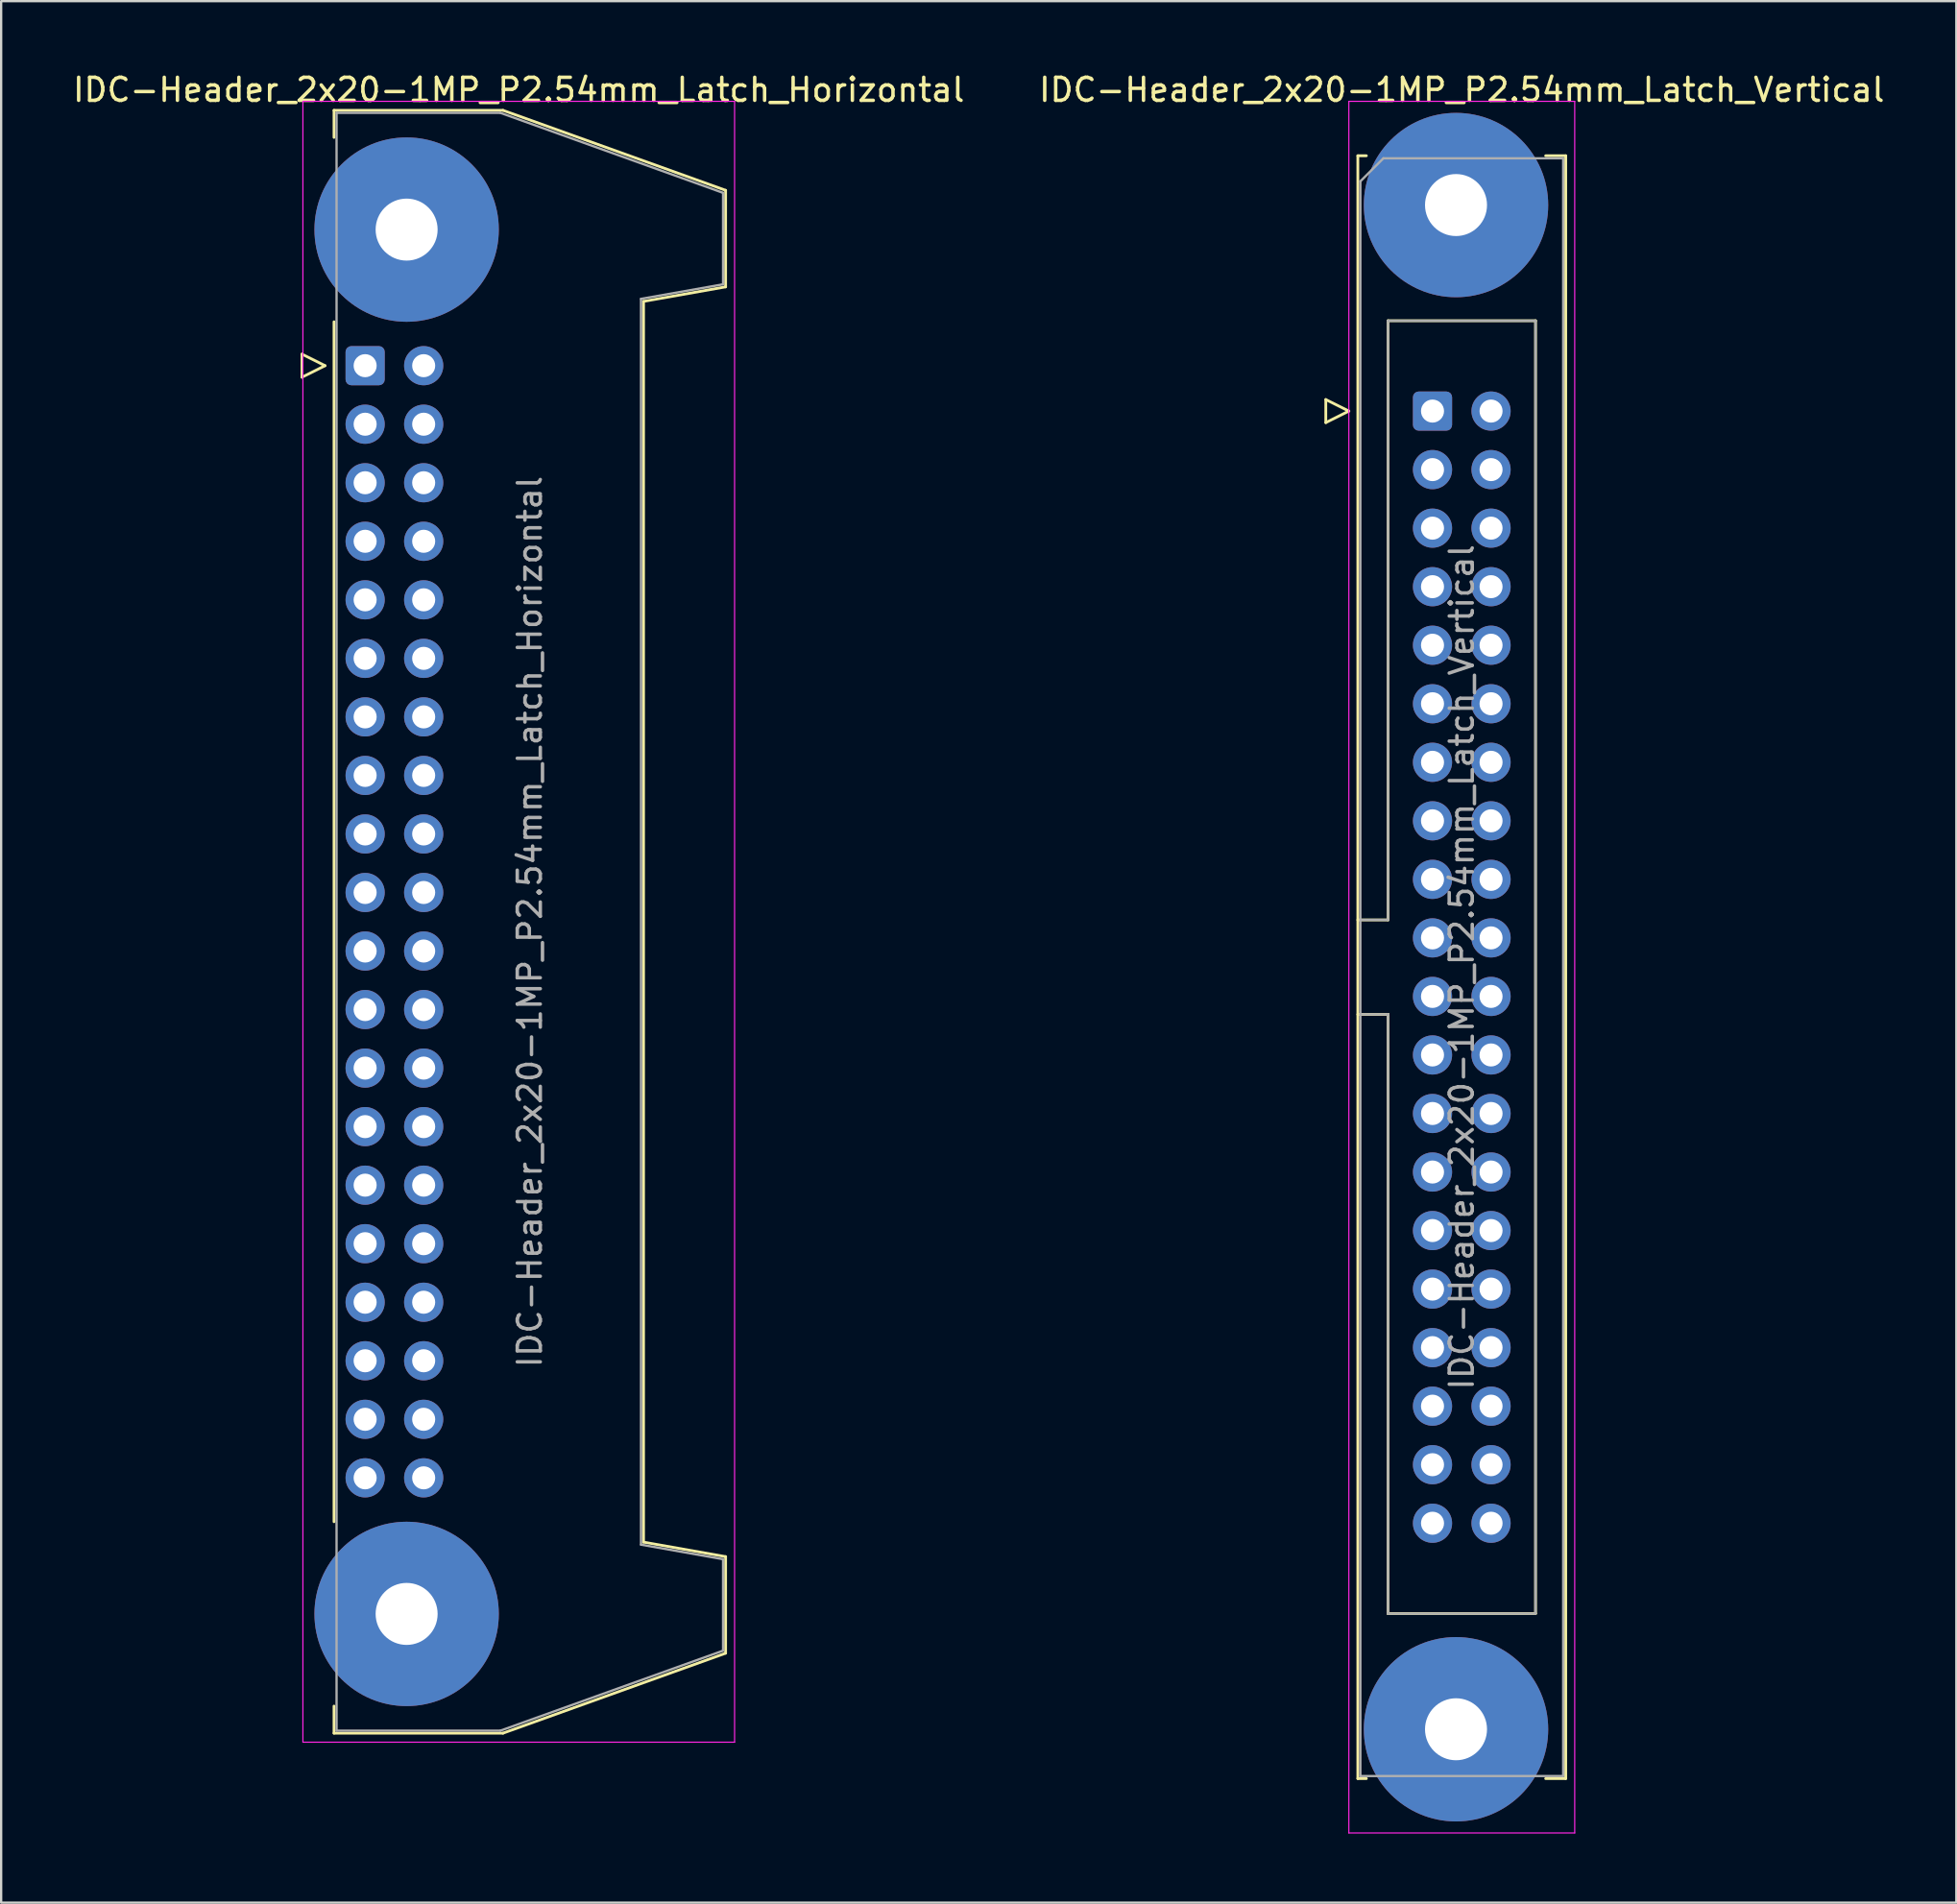
<source format=kicad_pcb>
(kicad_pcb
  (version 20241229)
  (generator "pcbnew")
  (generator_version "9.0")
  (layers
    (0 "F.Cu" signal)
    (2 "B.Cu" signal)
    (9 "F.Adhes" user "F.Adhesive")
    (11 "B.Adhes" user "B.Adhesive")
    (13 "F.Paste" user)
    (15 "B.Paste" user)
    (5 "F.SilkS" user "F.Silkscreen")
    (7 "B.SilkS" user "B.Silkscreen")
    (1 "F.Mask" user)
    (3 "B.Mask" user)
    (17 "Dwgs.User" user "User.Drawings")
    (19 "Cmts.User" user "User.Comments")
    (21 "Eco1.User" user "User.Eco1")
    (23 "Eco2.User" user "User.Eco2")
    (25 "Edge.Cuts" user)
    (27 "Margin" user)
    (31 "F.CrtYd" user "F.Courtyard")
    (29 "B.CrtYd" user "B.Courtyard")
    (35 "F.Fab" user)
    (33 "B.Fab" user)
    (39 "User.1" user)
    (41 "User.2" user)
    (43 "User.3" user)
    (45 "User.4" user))
  (footprint "IDC-Header_2x20-1MP_P2.54mm_Latch_Horizontal"
    (layer "F.Cu")
    (at 12.793 12.818)
    (property "Reference" "IDC-Header_2x20-1MP_P2.54mm_Latch_Horizontal" (at 6.665 -11.97 0) (layer "F.SilkS") (effects (font (size 1 1) (thickness 0.15))))
    (attr through_hole)
    (fp_line (start -2.74 -0.5) (end -2.74 0.5) (stroke (width 0.12) (type solid)) (layer "F.SilkS"))
    (fp_line (start -2.74 0.5) (end -1.74 0) (stroke (width 0.12) (type solid)) (layer "F.SilkS"))
    (fp_line (start -1.74 0) (end -2.74 -0.5) (stroke (width 0.12) (type solid)) (layer "F.SilkS"))
    (fp_line (start -1.35 -11.08) (end -1.35 -9.905) (stroke (width 0.12) (type solid)) (layer "F.SilkS"))
    (fp_line (start -1.35 -11.08) (end 5.98 -11.08) (stroke (width 0.12) (type solid)) (layer "F.SilkS"))
    (fp_line (start -1.35 -1.905) (end -1.35 50.165) (stroke (width 0.12) (type solid)) (layer "F.SilkS"))
    (fp_line (start -1.35 58.165) (end -1.35 59.34) (stroke (width 0.12) (type solid)) (layer "F.SilkS"))
    (fp_line (start 5.98 -11.08) (end 15.64 -7.61) (stroke (width 0.12) (type solid)) (layer "F.SilkS"))
    (fp_line (start 5.98 59.34) (end -1.35 59.34) (stroke (width 0.12) (type solid)) (layer "F.SilkS"))
    (fp_line (start 12.08 -2.79) (end 12.08 51.05) (stroke (width 0.12) (type solid)) (layer "F.SilkS"))
    (fp_line (start 12.08 51.05) (end 15.64 51.68) (stroke (width 0.12) (type solid)) (layer "F.SilkS"))
    (fp_line (start 15.64 -7.61) (end 15.64 -3.42) (stroke (width 0.12) (type solid)) (layer "F.SilkS"))
    (fp_line (start 15.64 -3.42) (end 12.08 -2.79) (stroke (width 0.12) (type solid)) (layer "F.SilkS"))
    (fp_line (start 15.64 51.68) (end 15.64 55.87) (stroke (width 0.12) (type solid)) (layer "F.SilkS"))
    (fp_line (start 15.64 55.87) (end 5.98 59.34) (stroke (width 0.12) (type solid)) (layer "F.SilkS"))
    (fp_line (start -2.7 -11.47) (end -2.7 59.73) (stroke (width 0.05) (type solid)) (layer "F.CrtYd"))
    (fp_line (start -2.7 59.73) (end 16.03 59.73) (stroke (width 0.05) (type solid)) (layer "F.CrtYd"))
    (fp_line (start 16.03 -11.47) (end -2.7 -11.47) (stroke (width 0.05) (type solid)) (layer "F.CrtYd"))
    (fp_line (start 16.03 59.73) (end 16.03 -11.47) (stroke (width 0.05) (type solid)) (layer "F.CrtYd"))
    (fp_line (start -1.24 -10.97) (end 5.87 -10.97) (stroke (width 0.1) (type solid)) (layer "F.Fab"))
    (fp_line (start -1.24 59.23) (end -1.24 -10.97) (stroke (width 0.1) (type solid)) (layer "F.Fab"))
    (fp_line (start 5.87 -10.97) (end 15.53 -7.5) (stroke (width 0.1) (type solid)) (layer "F.Fab"))
    (fp_line (start 5.87 59.23) (end -1.24 59.23) (stroke (width 0.1) (type solid)) (layer "F.Fab"))
    (fp_line (start 11.97 -2.9) (end 11.97 51.16) (stroke (width 0.1) (type solid)) (layer "F.Fab"))
    (fp_line (start 11.97 51.16) (end 15.53 51.79) (stroke (width 0.1) (type solid)) (layer "F.Fab"))
    (fp_line (start 15.53 -7.5) (end 15.53 -3.53) (stroke (width 0.1) (type solid)) (layer "F.Fab"))
    (fp_line (start 15.53 -3.53) (end 11.97 -2.9) (stroke (width 0.1) (type solid)) (layer "F.Fab"))
    (fp_line (start 15.53 51.79) (end 15.53 55.76) (stroke (width 0.1) (type solid)) (layer "F.Fab"))
    (fp_line (start 15.53 55.76) (end 5.87 59.23) (stroke (width 0.1) (type solid)) (layer "F.Fab"))
    (fp_text user "${REFERENCE}" (at 7.145 24.13 90) (layer "F.Fab") (effects (font (size 1 1) (thickness 0.15))))
    (pad "1" thru_hole roundrect (at 0 0) (size 1.7 1.7) (drill 1) (layers "*.Cu" "*.Mask") (roundrect_rratio 0.147))
    (pad "2" thru_hole circle (at 2.54 0) (size 1.7 1.7) (drill 1) (layers "*.Cu" "*.Mask"))
    (pad "3" thru_hole circle (at 0 2.54) (size 1.7 1.7) (drill 1) (layers "*.Cu" "*.Mask"))
    (pad "4" thru_hole circle (at 2.54 2.54) (size 1.7 1.7) (drill 1) (layers "*.Cu" "*.Mask"))
    (pad "5" thru_hole circle (at 0 5.08) (size 1.7 1.7) (drill 1) (layers "*.Cu" "*.Mask"))
    (pad "6" thru_hole circle (at 2.54 5.08) (size 1.7 1.7) (drill 1) (layers "*.Cu" "*.Mask"))
    (pad "7" thru_hole circle (at 0 7.62) (size 1.7 1.7) (drill 1) (layers "*.Cu" "*.Mask"))
    (pad "8" thru_hole circle (at 2.54 7.62) (size 1.7 1.7) (drill 1) (layers "*.Cu" "*.Mask"))
    (pad "9" thru_hole circle (at 0 10.16) (size 1.7 1.7) (drill 1) (layers "*.Cu" "*.Mask"))
    (pad "10" thru_hole circle (at 2.54 10.16) (size 1.7 1.7) (drill 1) (layers "*.Cu" "*.Mask"))
    (pad "11" thru_hole circle (at 0 12.7) (size 1.7 1.7) (drill 1) (layers "*.Cu" "*.Mask"))
    (pad "12" thru_hole circle (at 2.54 12.7) (size 1.7 1.7) (drill 1) (layers "*.Cu" "*.Mask"))
    (pad "13" thru_hole circle (at 0 15.24) (size 1.7 1.7) (drill 1) (layers "*.Cu" "*.Mask"))
    (pad "14" thru_hole circle (at 2.54 15.24) (size 1.7 1.7) (drill 1) (layers "*.Cu" "*.Mask"))
    (pad "15" thru_hole circle (at 0 17.78) (size 1.7 1.7) (drill 1) (layers "*.Cu" "*.Mask"))
    (pad "16" thru_hole circle (at 2.54 17.78) (size 1.7 1.7) (drill 1) (layers "*.Cu" "*.Mask"))
    (pad "17" thru_hole circle (at 0 20.32) (size 1.7 1.7) (drill 1) (layers "*.Cu" "*.Mask"))
    (pad "18" thru_hole circle (at 2.54 20.32) (size 1.7 1.7) (drill 1) (layers "*.Cu" "*.Mask"))
    (pad "19" thru_hole circle (at 0 22.86) (size 1.7 1.7) (drill 1) (layers "*.Cu" "*.Mask"))
    (pad "20" thru_hole circle (at 2.54 22.86) (size 1.7 1.7) (drill 1) (layers "*.Cu" "*.Mask"))
    (pad "21" thru_hole circle (at 0 25.4) (size 1.7 1.7) (drill 1) (layers "*.Cu" "*.Mask"))
    (pad "22" thru_hole circle (at 2.54 25.4) (size 1.7 1.7) (drill 1) (layers "*.Cu" "*.Mask"))
    (pad "23" thru_hole circle (at 0 27.94) (size 1.7 1.7) (drill 1) (layers "*.Cu" "*.Mask"))
    (pad "24" thru_hole circle (at 2.54 27.94) (size 1.7 1.7) (drill 1) (layers "*.Cu" "*.Mask"))
    (pad "25" thru_hole circle (at 0 30.48) (size 1.7 1.7) (drill 1) (layers "*.Cu" "*.Mask"))
    (pad "26" thru_hole circle (at 2.54 30.48) (size 1.7 1.7) (drill 1) (layers "*.Cu" "*.Mask"))
    (pad "27" thru_hole circle (at 0 33.02) (size 1.7 1.7) (drill 1) (layers "*.Cu" "*.Mask"))
    (pad "28" thru_hole circle (at 2.54 33.02) (size 1.7 1.7) (drill 1) (layers "*.Cu" "*.Mask"))
    (pad "29" thru_hole circle (at 0 35.56) (size 1.7 1.7) (drill 1) (layers "*.Cu" "*.Mask"))
    (pad "30" thru_hole circle (at 2.54 35.56) (size 1.7 1.7) (drill 1) (layers "*.Cu" "*.Mask"))
    (pad "31" thru_hole circle (at 0 38.1) (size 1.7 1.7) (drill 1) (layers "*.Cu" "*.Mask"))
    (pad "32" thru_hole circle (at 2.54 38.1) (size 1.7 1.7) (drill 1) (layers "*.Cu" "*.Mask"))
    (pad "33" thru_hole circle (at 0 40.64) (size 1.7 1.7) (drill 1) (layers "*.Cu" "*.Mask"))
    (pad "34" thru_hole circle (at 2.54 40.64) (size 1.7 1.7) (drill 1) (layers "*.Cu" "*.Mask"))
    (pad "35" thru_hole circle (at 0 43.18) (size 1.7 1.7) (drill 1) (layers "*.Cu" "*.Mask"))
    (pad "36" thru_hole circle (at 2.54 43.18) (size 1.7 1.7) (drill 1) (layers "*.Cu" "*.Mask"))
    (pad "37" thru_hole circle (at 0 45.72) (size 1.7 1.7) (drill 1) (layers "*.Cu" "*.Mask"))
    (pad "38" thru_hole circle (at 2.54 45.72) (size 1.7 1.7) (drill 1) (layers "*.Cu" "*.Mask"))
    (pad "39" thru_hole circle (at 0 48.26) (size 1.7 1.7) (drill 1) (layers "*.Cu" "*.Mask"))
    (pad "40" thru_hole circle (at 2.54 48.26) (size 1.7 1.7) (drill 1) (layers "*.Cu" "*.Mask"))
    (pad "MP" thru_hole circle (at 1.8 -5.905) (size 8 8) (drill 2.69) (layers "*.Cu" "*.Mask"))
    (pad "MP" thru_hole circle (at 1.8 54.165) (size 8 8) (drill 2.69) (layers "*.Cu" "*.Mask")))
  (footprint "IDC-Header_2x20-1MP_P2.54mm_Latch_Vertical"
    (layer "F.Cu")
    (at 59.105 14.788)
    (property "Reference" "IDC-Header_2x20-1MP_P2.54mm_Latch_Vertical" (at 1.27 -13.94 0) (layer "F.SilkS") (effects (font (size 1 1) (thickness 0.15))))
    (attr through_hole)
    (fp_line (start -4.63 -0.5) (end -4.63 0.5) (stroke (width 0.12) (type solid)) (layer "F.SilkS"))
    (fp_line (start -4.63 0.5) (end -3.63 0) (stroke (width 0.12) (type solid)) (layer "F.SilkS"))
    (fp_line (start -3.63 0) (end -4.63 -0.5) (stroke (width 0.12) (type solid)) (layer "F.SilkS"))
    (fp_line (start -3.24 -11.08) (end -3.24 59.34) (stroke (width 0.12) (type solid)) (layer "F.SilkS"))
    (fp_line (start -3.24 22.08) (end -1.93 22.08) (stroke (width 0.12) (type solid)) (layer "F.SilkS"))
    (fp_line (start -3.24 59.34) (end -2.87 59.34) (stroke (width 0.12) (type solid)) (layer "F.SilkS"))
    (fp_line (start -2.87 -11.08) (end -3.24 -11.08) (stroke (width 0.12) (type solid)) (layer "F.SilkS"))
    (fp_line (start -1.93 -3.92) (end 4.47 -3.92) (stroke (width 0.12) (type solid)) (layer "F.SilkS"))
    (fp_line (start -1.93 22.08) (end -1.93 -3.92) (stroke (width 0.12) (type solid)) (layer "F.SilkS"))
    (fp_line (start -1.93 26.18) (end -3.24 26.18) (stroke (width 0.12) (type solid)) (layer "F.SilkS"))
    (fp_line (start -1.93 26.18) (end -1.93 26.18) (stroke (width 0.12) (type solid)) (layer "F.SilkS"))
    (fp_line (start -1.93 52.18) (end -1.93 26.18) (stroke (width 0.12) (type solid)) (layer "F.SilkS"))
    (fp_line (start 4.47 -3.92) (end 4.47 52.18) (stroke (width 0.12) (type solid)) (layer "F.SilkS"))
    (fp_line (start 4.47 52.18) (end -1.93 52.18) (stroke (width 0.12) (type solid)) (layer "F.SilkS"))
    (fp_line (start 4.91 -11.08) (end 5.78 -11.08) (stroke (width 0.12) (type solid)) (layer "F.SilkS"))
    (fp_line (start 5.78 -11.08) (end 5.78 59.34) (stroke (width 0.12) (type solid)) (layer "F.SilkS"))
    (fp_line (start 5.78 59.34) (end 4.91 59.34) (stroke (width 0.12) (type solid)) (layer "F.SilkS"))
    (fp_line (start -3.63 -13.44) (end -3.63 61.7) (stroke (width 0.05) (type solid)) (layer "F.CrtYd"))
    (fp_line (start -3.63 61.7) (end 6.17 61.7) (stroke (width 0.05) (type solid)) (layer "F.CrtYd"))
    (fp_line (start 6.17 -13.44) (end -3.63 -13.44) (stroke (width 0.05) (type solid)) (layer "F.CrtYd"))
    (fp_line (start 6.17 61.7) (end 6.17 -13.44) (stroke (width 0.05) (type solid)) (layer "F.CrtYd"))
    (fp_line (start -3.13 -9.97) (end -2.13 -10.97) (stroke (width 0.1) (type solid)) (layer "F.Fab"))
    (fp_line (start -3.13 22.08) (end -1.93 22.08) (stroke (width 0.1) (type solid)) (layer "F.Fab"))
    (fp_line (start -3.13 59.23) (end -3.13 -9.97) (stroke (width 0.1) (type solid)) (layer "F.Fab"))
    (fp_line (start -2.13 -10.97) (end 5.67 -10.97) (stroke (width 0.1) (type solid)) (layer "F.Fab"))
    (fp_line (start -1.93 -3.92) (end 4.47 -3.92) (stroke (width 0.1) (type solid)) (layer "F.Fab"))
    (fp_line (start -1.93 22.08) (end -1.93 -3.92) (stroke (width 0.1) (type solid)) (layer "F.Fab"))
    (fp_line (start -1.93 26.18) (end -3.13 26.18) (stroke (width 0.1) (type solid)) (layer "F.Fab"))
    (fp_line (start -1.93 26.18) (end -1.93 26.18) (stroke (width 0.1) (type solid)) (layer "F.Fab"))
    (fp_line (start -1.93 52.18) (end -1.93 26.18) (stroke (width 0.1) (type solid)) (layer "F.Fab"))
    (fp_line (start 4.47 -3.92) (end 4.47 52.18) (stroke (width 0.1) (type solid)) (layer "F.Fab"))
    (fp_line (start 4.47 52.18) (end -1.93 52.18) (stroke (width 0.1) (type solid)) (layer "F.Fab"))
    (fp_line (start 5.67 -10.97) (end 5.67 59.23) (stroke (width 0.1) (type solid)) (layer "F.Fab"))
    (fp_line (start 5.67 59.23) (end -3.13 59.23) (stroke (width 0.1) (type solid)) (layer "F.Fab"))
    (fp_text user "${REFERENCE}" (at 1.27 24.13 90) (layer "F.Fab") (effects (font (size 1 1) (thickness 0.15))))
    (pad "1" thru_hole roundrect (at 0 0) (size 1.7 1.7) (drill 1) (layers "*.Cu" "*.Mask") (roundrect_rratio 0.147))
    (pad "2" thru_hole circle (at 2.54 0) (size 1.7 1.7) (drill 1) (layers "*.Cu" "*.Mask"))
    (pad "3" thru_hole circle (at 0 2.54) (size 1.7 1.7) (drill 1) (layers "*.Cu" "*.Mask"))
    (pad "4" thru_hole circle (at 2.54 2.54) (size 1.7 1.7) (drill 1) (layers "*.Cu" "*.Mask"))
    (pad "5" thru_hole circle (at 0 5.08) (size 1.7 1.7) (drill 1) (layers "*.Cu" "*.Mask"))
    (pad "6" thru_hole circle (at 2.54 5.08) (size 1.7 1.7) (drill 1) (layers "*.Cu" "*.Mask"))
    (pad "7" thru_hole circle (at 0 7.62) (size 1.7 1.7) (drill 1) (layers "*.Cu" "*.Mask"))
    (pad "8" thru_hole circle (at 2.54 7.62) (size 1.7 1.7) (drill 1) (layers "*.Cu" "*.Mask"))
    (pad "9" thru_hole circle (at 0 10.16) (size 1.7 1.7) (drill 1) (layers "*.Cu" "*.Mask"))
    (pad "10" thru_hole circle (at 2.54 10.16) (size 1.7 1.7) (drill 1) (layers "*.Cu" "*.Mask"))
    (pad "11" thru_hole circle (at 0 12.7) (size 1.7 1.7) (drill 1) (layers "*.Cu" "*.Mask"))
    (pad "12" thru_hole circle (at 2.54 12.7) (size 1.7 1.7) (drill 1) (layers "*.Cu" "*.Mask"))
    (pad "13" thru_hole circle (at 0 15.24) (size 1.7 1.7) (drill 1) (layers "*.Cu" "*.Mask"))
    (pad "14" thru_hole circle (at 2.54 15.24) (size 1.7 1.7) (drill 1) (layers "*.Cu" "*.Mask"))
    (pad "15" thru_hole circle (at 0 17.78) (size 1.7 1.7) (drill 1) (layers "*.Cu" "*.Mask"))
    (pad "16" thru_hole circle (at 2.54 17.78) (size 1.7 1.7) (drill 1) (layers "*.Cu" "*.Mask"))
    (pad "17" thru_hole circle (at 0 20.32) (size 1.7 1.7) (drill 1) (layers "*.Cu" "*.Mask"))
    (pad "18" thru_hole circle (at 2.54 20.32) (size 1.7 1.7) (drill 1) (layers "*.Cu" "*.Mask"))
    (pad "19" thru_hole circle (at 0 22.86) (size 1.7 1.7) (drill 1) (layers "*.Cu" "*.Mask"))
    (pad "20" thru_hole circle (at 2.54 22.86) (size 1.7 1.7) (drill 1) (layers "*.Cu" "*.Mask"))
    (pad "21" thru_hole circle (at 0 25.4) (size 1.7 1.7) (drill 1) (layers "*.Cu" "*.Mask"))
    (pad "22" thru_hole circle (at 2.54 25.4) (size 1.7 1.7) (drill 1) (layers "*.Cu" "*.Mask"))
    (pad "23" thru_hole circle (at 0 27.94) (size 1.7 1.7) (drill 1) (layers "*.Cu" "*.Mask"))
    (pad "24" thru_hole circle (at 2.54 27.94) (size 1.7 1.7) (drill 1) (layers "*.Cu" "*.Mask"))
    (pad "25" thru_hole circle (at 0 30.48) (size 1.7 1.7) (drill 1) (layers "*.Cu" "*.Mask"))
    (pad "26" thru_hole circle (at 2.54 30.48) (size 1.7 1.7) (drill 1) (layers "*.Cu" "*.Mask"))
    (pad "27" thru_hole circle (at 0 33.02) (size 1.7 1.7) (drill 1) (layers "*.Cu" "*.Mask"))
    (pad "28" thru_hole circle (at 2.54 33.02) (size 1.7 1.7) (drill 1) (layers "*.Cu" "*.Mask"))
    (pad "29" thru_hole circle (at 0 35.56) (size 1.7 1.7) (drill 1) (layers "*.Cu" "*.Mask"))
    (pad "30" thru_hole circle (at 2.54 35.56) (size 1.7 1.7) (drill 1) (layers "*.Cu" "*.Mask"))
    (pad "31" thru_hole circle (at 0 38.1) (size 1.7 1.7) (drill 1) (layers "*.Cu" "*.Mask"))
    (pad "32" thru_hole circle (at 2.54 38.1) (size 1.7 1.7) (drill 1) (layers "*.Cu" "*.Mask"))
    (pad "33" thru_hole circle (at 0 40.64) (size 1.7 1.7) (drill 1) (layers "*.Cu" "*.Mask"))
    (pad "34" thru_hole circle (at 2.54 40.64) (size 1.7 1.7) (drill 1) (layers "*.Cu" "*.Mask"))
    (pad "35" thru_hole circle (at 0 43.18) (size 1.7 1.7) (drill 1) (layers "*.Cu" "*.Mask"))
    (pad "36" thru_hole circle (at 2.54 43.18) (size 1.7 1.7) (drill 1) (layers "*.Cu" "*.Mask"))
    (pad "37" thru_hole circle (at 0 45.72) (size 1.7 1.7) (drill 1) (layers "*.Cu" "*.Mask"))
    (pad "38" thru_hole circle (at 2.54 45.72) (size 1.7 1.7) (drill 1) (layers "*.Cu" "*.Mask"))
    (pad "39" thru_hole circle (at 0 48.26) (size 1.7 1.7) (drill 1) (layers "*.Cu" "*.Mask"))
    (pad "40" thru_hole circle (at 2.54 48.26) (size 1.7 1.7) (drill 1) (layers "*.Cu" "*.Mask"))
    (pad "MP" thru_hole circle (at 1.02 -8.94) (size 8 8) (drill 2.69) (layers "*.Cu" "*.Mask"))
    (pad "MP" thru_hole circle (at 1.02 57.2) (size 8 8) (drill 2.69) (layers "*.Cu" "*.Mask")))
  (gr_rect
    (start -3 -3)
    (end 81.833 79.513)
    (stroke (width 0.1) (type default))
    (fill no)
    (layer "Edge.Cuts")))
</source>
